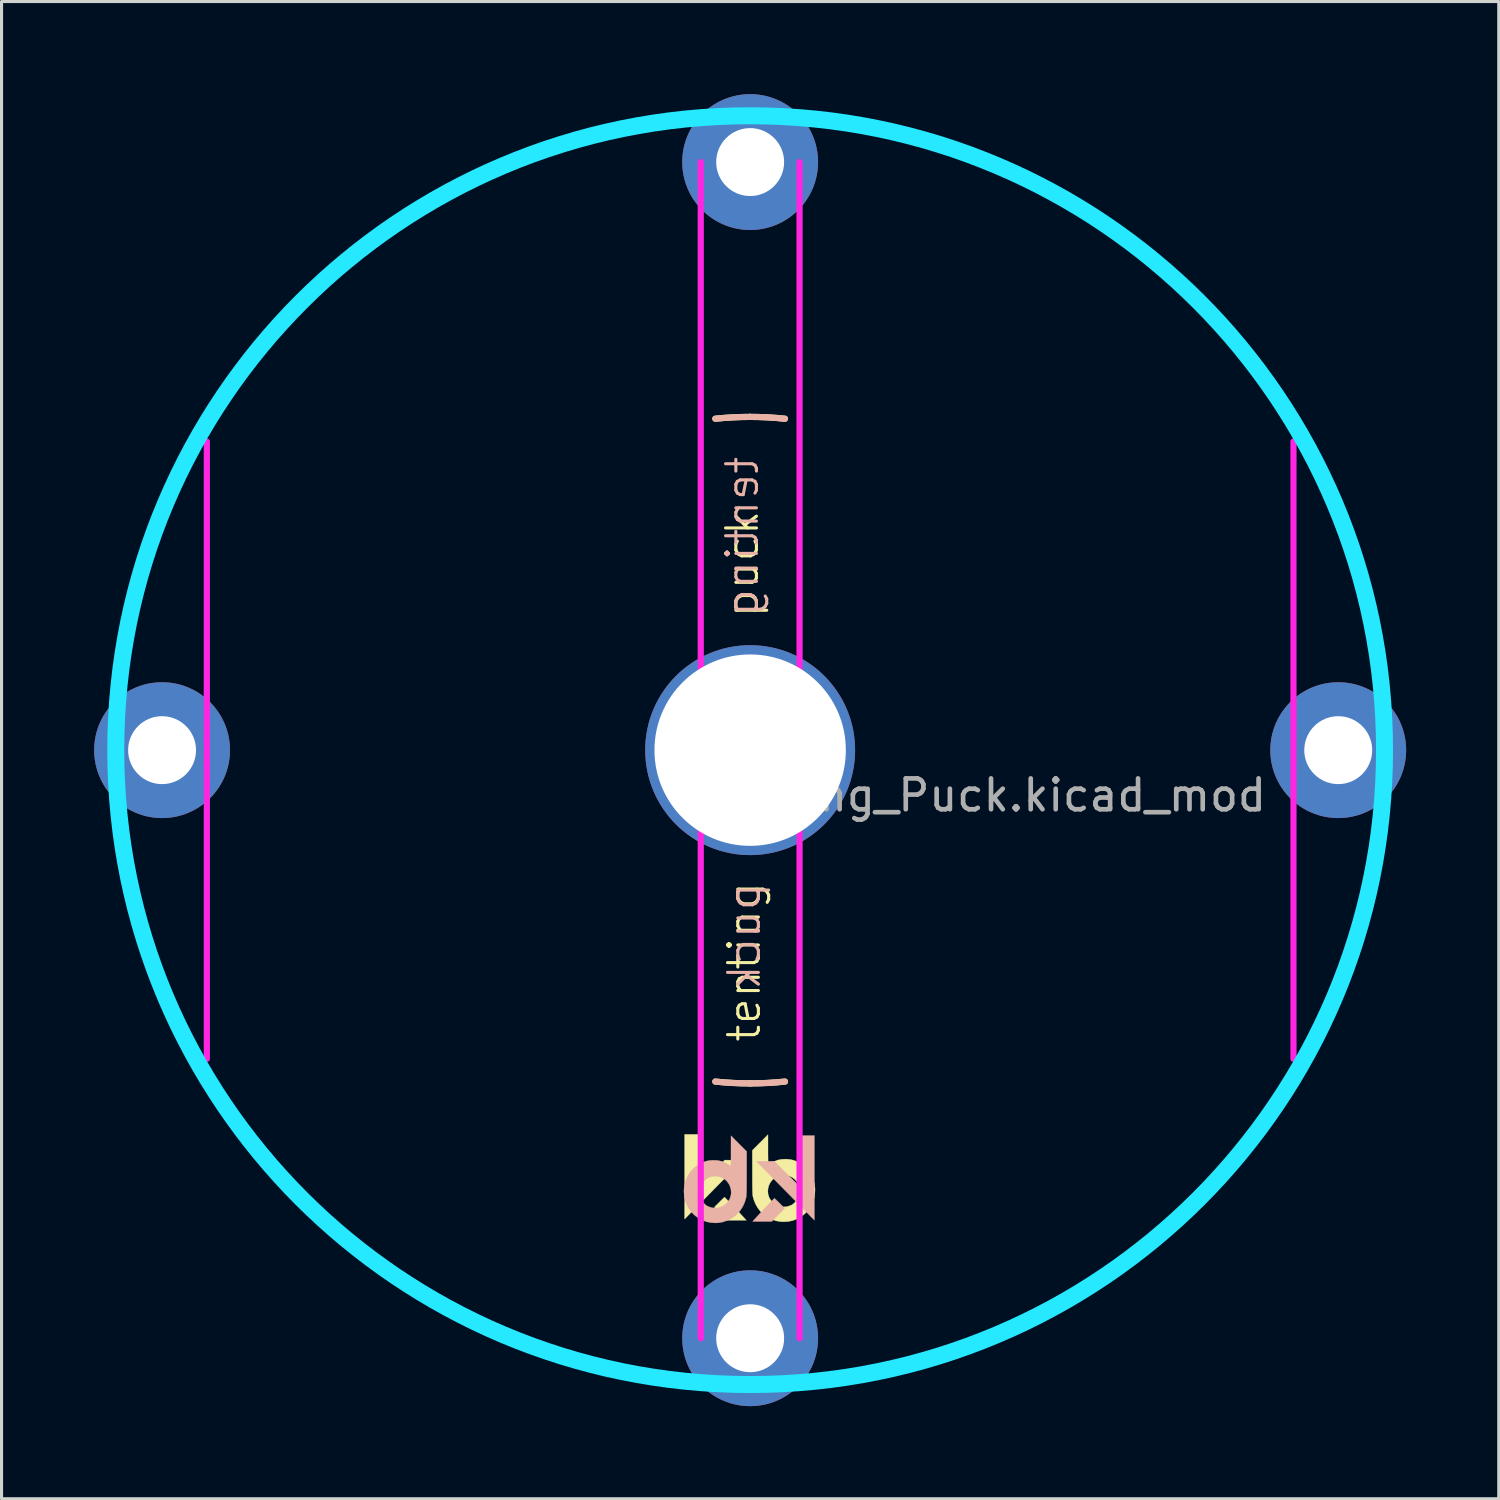
<source format=kicad_pcb>
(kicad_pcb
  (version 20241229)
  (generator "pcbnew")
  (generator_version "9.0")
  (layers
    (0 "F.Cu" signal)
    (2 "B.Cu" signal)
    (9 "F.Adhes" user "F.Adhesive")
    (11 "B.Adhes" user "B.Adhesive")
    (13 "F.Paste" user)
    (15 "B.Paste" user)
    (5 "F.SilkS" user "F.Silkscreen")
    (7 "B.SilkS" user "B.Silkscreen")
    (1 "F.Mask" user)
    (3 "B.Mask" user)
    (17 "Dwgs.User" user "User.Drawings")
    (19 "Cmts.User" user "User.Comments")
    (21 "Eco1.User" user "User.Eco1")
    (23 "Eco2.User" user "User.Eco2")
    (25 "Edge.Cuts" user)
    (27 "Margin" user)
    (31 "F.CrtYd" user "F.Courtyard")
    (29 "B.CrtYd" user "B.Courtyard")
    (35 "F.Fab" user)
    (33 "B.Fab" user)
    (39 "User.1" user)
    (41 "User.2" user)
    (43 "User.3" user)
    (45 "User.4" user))
  (footprint "Tenting_Puck.kicad_mod"
    (layer "F.Cu")
    (at 21.25 21.25)
    (property "Reference" "Tenting_Puck.kicad_mod" (at 7.684 1.46 0) (layer "F.Fab") (effects (font (size 1 1) (thickness 0.15))))
    (attr through_hole)
    (fp_arc (start -20.32 -2.8575) (mid -19.91151 -4.959786) (end -19.286134 -7.008048) (stroke (width 0.2) (type solid)) (layer "F.SilkS"))
    (fp_arc (start -19.286134 7.008047) (mid -19.91151 4.959786) (end -20.32 2.8575) (stroke (width 0.2) (type solid)) (layer "F.SilkS"))
    (fp_arc (start -7.008048 -19.286134) (mid -4.959786 -19.91151) (end -2.8575 -20.32) (stroke (width 0.2) (type solid)) (layer "F.SilkS"))
    (fp_arc (start -2.8575 20.32) (mid -4.959785 19.91151) (end -7.008046 19.286135) (stroke (width 0.2) (type solid)) (layer "F.SilkS"))
    (fp_arc (start -1.128385 -10.735864) (mid -0.564967 -10.780206) (end 0 -10.795) (stroke (width 0.2) (type solid)) (layer "F.SilkS"))
    (fp_arc (start 0 -10.795) (mid 0.564967 -10.780206) (end 1.128385 -10.735864) (stroke (width 0.2) (type solid)) (layer "F.SilkS"))
    (fp_arc (start 0 10.795) (mid -0.564967 10.780206) (end -1.128385 10.735864) (stroke (width 0.2) (type solid)) (layer "F.SilkS"))
    (fp_arc (start 1.128385 10.735864) (mid 0.564967 10.780206) (end 0 10.795) (stroke (width 0.2) (type solid)) (layer "F.SilkS"))
    (fp_arc (start 2.8575 -20.32) (mid 4.959786 -19.91151) (end 7.008047 -19.286134) (stroke (width 0.2) (type solid)) (layer "F.SilkS"))
    (fp_arc (start 7.008047 19.286134) (mid 4.959786 19.91151) (end 2.8575 20.32) (stroke (width 0.2) (type solid)) (layer "F.SilkS"))
    (fp_arc (start 19.286135 -7.008045) (mid 19.91151 -4.959785) (end 20.32 -2.8575) (stroke (width 0.2) (type solid)) (layer "F.SilkS"))
    (fp_arc (start 20.32 2.8575) (mid 19.91151 4.959785) (end 19.286135 7.008046) (stroke (width 0.2) (type solid)) (layer "F.SilkS"))
    (fp_poly (pts (xy -1.627 14.082) (xy -0.824 13.279) (xy -0.535 13.282) (xy -0.247 13.285) (xy -1.094 14.145) (xy -1.212 14.265) (xy -1.327 14.382) (xy -1.437 14.494) (xy -1.542 14.6) (xy -1.64 14.7) (xy -1.731 14.791) (xy -1.811 14.874) (xy -1.882 14.945) (xy -1.941 15.005) (xy -1.987 15.052) (xy -2.019 15.084) (xy -2.032 15.098) (xy -2.123 15.19) (xy -2.123 12.448) (xy -1.627 12.448) (xy -1.627 14.082)) (stroke (width 0.01) (type solid)) (fill yes) (layer "F.SilkS"))
    (fp_poly (pts (xy -0.82 14.488) (xy -0.797 14.511) (xy -0.763 14.547) (xy -0.719 14.593) (xy -0.666 14.647) (xy -0.609 14.708) (xy -0.547 14.773) (xy -0.483 14.841) (xy -0.42 14.908) (xy -0.359 14.973) (xy -0.302 15.034) (xy -0.251 15.089) (xy -0.208 15.135) (xy -0.175 15.171) (xy -0.154 15.194) (xy -0.152 15.197) (xy -0.124 15.231) (xy -0.744 15.231) (xy -0.917 15.055) (xy -0.971 15) (xy -1.021 14.948) (xy -1.065 14.903) (xy -1.099 14.868) (xy -1.121 14.844) (xy -1.124 14.841) (xy -1.158 14.803) (xy -0.997 14.642) (xy -0.948 14.592) (xy -0.903 14.549) (xy -0.867 14.514) (xy -0.842 14.491) (xy -0.829 14.48) (xy -0.829 14.48) (xy -0.82 14.488)) (stroke (width 0.01) (type solid)) (fill yes) (layer "F.SilkS"))
    (fp_poly (pts (xy 0.578 12.948) (xy 0.578 13.052) (xy 0.579 13.149) (xy 0.58 13.236) (xy 0.581 13.31) (xy 0.582 13.37) (xy 0.583 13.413) (xy 0.585 13.437) (xy 0.586 13.441) (xy 0.598 13.435) (xy 0.623 13.419) (xy 0.647 13.401) (xy 0.762 13.331) (xy 0.884 13.282) (xy 1.014 13.254) (xy 1.153 13.247) (xy 1.171 13.248) (xy 1.261 13.255) (xy 1.337 13.267) (xy 1.409 13.286) (xy 1.484 13.315) (xy 1.554 13.348) (xy 1.682 13.423) (xy 1.795 13.515) (xy 1.892 13.622) (xy 1.972 13.743) (xy 2.033 13.874) (xy 2.076 14.016) (xy 2.099 14.167) (xy 2.102 14.256) (xy 2.092 14.409) (xy 2.061 14.553) (xy 2.008 14.693) (xy 1.95 14.8) (xy 1.865 14.92) (xy 1.763 15.025) (xy 1.648 15.113) (xy 1.521 15.184) (xy 1.385 15.236) (xy 1.241 15.268) (xy 1.093 15.279) (xy 0.993 15.275) (xy 0.848 15.25) (xy 0.707 15.204) (xy 0.574 15.138) (xy 0.452 15.054) (xy 0.343 14.954) (xy 0.335 14.944) (xy 0.254 14.84) (xy 0.184 14.722) (xy 0.129 14.596) (xy 0.092 14.469) (xy 0.083 14.423) (xy 0.08 14.394) (xy 0.078 14.344) (xy 0.076 14.294) (xy 0.573 14.294) (xy 0.583 14.391) (xy 0.614 14.485) (xy 0.642 14.539) (xy 0.709 14.628) (xy 0.789 14.699) (xy 0.878 14.751) (xy 0.975 14.784) (xy 1.076 14.797) (xy 1.18 14.789) (xy 1.253 14.769) (xy 1.296 14.753) (xy 1.337 14.736) (xy 1.353 14.728) (xy 1.398 14.697) (xy 1.448 14.651) (xy 1.496 14.595) (xy 1.537 14.537) (xy 1.559 14.498) (xy 1.579 14.454) (xy 1.591 14.415) (xy 1.599 14.373) (xy 1.603 14.318) (xy 1.603 14.313) (xy 1.6 14.205) (xy 1.577 14.107) (xy 1.534 14.014) (xy 1.516 13.985) (xy 1.451 13.908) (xy 1.372 13.845) (xy 1.283 13.8) (xy 1.186 13.772) (xy 1.085 13.763) (xy 0.984 13.773) (xy 0.885 13.803) (xy 0.871 13.81) (xy 0.783 13.863) (xy 0.709 13.931) (xy 0.65 14.011) (xy 0.607 14.101) (xy 0.581 14.196) (xy 0.573 14.294) (xy 0.076 14.294) (xy 0.076 14.274) (xy 0.074 14.185) (xy 0.072 14.078) (xy 0.071 13.955) (xy 0.071 13.818) (xy 0.071 13.668) (xy 0.071 13.656) (xy 0.07 12.964) (xy 0.578 12.454) (xy 0.578 12.948)) (stroke (width 0.01) (type solid)) (fill yes) (layer "F.SilkS"))
    (fp_arc (start -20.32 -2.8575) (mid -19.91151 -4.959784) (end -19.286136 -7.008044) (stroke (width 0.2) (type solid)) (layer "B.SilkS"))
    (fp_arc (start -19.286135 7.008046) (mid -19.91151 4.959785) (end -20.32 2.8575) (stroke (width 0.2) (type solid)) (layer "B.SilkS"))
    (fp_arc (start -7.008046 -19.286135) (mid -4.959785 -19.91151) (end -2.8575 -20.32) (stroke (width 0.2) (type solid)) (layer "B.SilkS"))
    (fp_arc (start -2.8575 20.32) (mid -4.959785 19.91151) (end -7.008045 19.286135) (stroke (width 0.2) (type solid)) (layer "B.SilkS"))
    (fp_arc (start -1.128385 -10.735864) (mid -0.564967 -10.780206) (end 0 -10.795) (stroke (width 0.2) (type solid)) (layer "B.SilkS"))
    (fp_arc (start 0 -10.795) (mid 0.564967 -10.780206) (end 1.128385 -10.735864) (stroke (width 0.2) (type solid)) (layer "B.SilkS"))
    (fp_arc (start 0 10.795) (mid -0.564967 10.780206) (end -1.128385 10.735864) (stroke (width 0.2) (type solid)) (layer "B.SilkS"))
    (fp_arc (start 1.128385 10.735864) (mid 0.564967 10.780206) (end 0 10.795) (stroke (width 0.2) (type solid)) (layer "B.SilkS"))
    (fp_arc (start 2.8575 -20.32) (mid 4.959787 -19.91151) (end 7.008049 -19.286134) (stroke (width 0.2) (type solid)) (layer "B.SilkS"))
    (fp_arc (start 7.008045 19.286135) (mid 4.959785 19.91151) (end 2.8575 20.32) (stroke (width 0.2) (type solid)) (layer "B.SilkS"))
    (fp_arc (start 19.286134 -7.008048) (mid 19.91151 -4.959786) (end 20.32 -2.8575) (stroke (width 0.2) (type solid)) (layer "B.SilkS"))
    (fp_arc (start 20.32 2.8575) (mid 19.91151 4.959786) (end 19.286134 7.008048) (stroke (width 0.2) (type solid)) (layer "B.SilkS"))
    (fp_poly (pts (xy 1.584 14.118) (xy 0.782 13.315) (xy 0.493 13.318) (xy 0.205 13.322) (xy 1.052 14.182) (xy 1.17 14.301) (xy 1.285 14.418) (xy 1.395 14.53) (xy 1.5 14.637) (xy 1.598 14.736) (xy 1.688 14.828) (xy 1.769 14.91) (xy 1.84 14.981) (xy 1.899 15.041) (xy 1.944 15.088) (xy 1.976 15.12) (xy 1.99 15.134) (xy 2.081 15.226) (xy 2.081 12.484) (xy 1.584 12.484) (xy 1.584 14.118)) (stroke (width 0.01) (type solid)) (fill yes) (layer "B.SilkS"))
    (fp_poly (pts (xy 0.778 14.525) (xy 0.755 14.547) (xy 0.721 14.583) (xy 0.676 14.629) (xy 0.624 14.684) (xy 0.566 14.745) (xy 0.505 14.81) (xy 0.441 14.877) (xy 0.378 14.944) (xy 0.316 15.009) (xy 0.259 15.07) (xy 0.208 15.125) (xy 0.166 15.172) (xy 0.133 15.207) (xy 0.112 15.231) (xy 0.11 15.233) (xy 0.082 15.267) (xy 0.702 15.267) (xy 0.875 15.091) (xy 0.929 15.036) (xy 0.979 14.985) (xy 1.023 14.939) (xy 1.057 14.904) (xy 1.079 14.88) (xy 1.082 14.877) (xy 1.116 14.839) (xy 0.955 14.678) (xy 0.905 14.628) (xy 0.861 14.585) (xy 0.825 14.55) (xy 0.799 14.527) (xy 0.787 14.517) (xy 0.787 14.516) (xy 0.778 14.525)) (stroke (width 0.01) (type solid)) (fill yes) (layer "B.SilkS"))
    (fp_poly (pts (xy -0.621 12.984) (xy -0.621 13.088) (xy -0.621 13.185) (xy -0.622 13.272) (xy -0.623 13.346) (xy -0.624 13.406) (xy -0.625 13.45) (xy -0.627 13.473) (xy -0.628 13.477) (xy -0.64 13.471) (xy -0.665 13.455) (xy -0.689 13.438) (xy -0.804 13.367) (xy -0.926 13.318) (xy -1.057 13.29) (xy -1.196 13.284) (xy -1.214 13.284) (xy -1.303 13.291) (xy -1.38 13.303) (xy -1.451 13.322) (xy -1.526 13.351) (xy -1.596 13.384) (xy -1.724 13.459) (xy -1.837 13.551) (xy -1.934 13.658) (xy -2.014 13.779) (xy -2.076 13.911) (xy -2.118 14.053) (xy -2.141 14.203) (xy -2.145 14.293) (xy -2.134 14.445) (xy -2.103 14.59) (xy -2.05 14.729) (xy -1.993 14.836) (xy -1.907 14.956) (xy -1.805 15.061) (xy -1.69 15.149) (xy -1.563 15.22) (xy -1.427 15.272) (xy -1.283 15.304) (xy -1.135 15.316) (xy -1.035 15.311) (xy -0.89 15.286) (xy -0.75 15.24) (xy -0.616 15.174) (xy -0.494 15.09) (xy -0.386 14.99) (xy -0.377 14.981) (xy -0.296 14.876) (xy -0.226 14.758) (xy -0.171 14.632) (xy -0.134 14.505) (xy -0.125 14.459) (xy -0.122 14.43) (xy -0.12 14.38) (xy -0.118 14.33) (xy -0.615 14.33) (xy -0.625 14.428) (xy -0.656 14.522) (xy -0.684 14.576) (xy -0.751 14.664) (xy -0.831 14.735) (xy -0.92 14.787) (xy -1.017 14.82) (xy -1.119 14.833) (xy -1.222 14.825) (xy -1.295 14.805) (xy -1.338 14.789) (xy -1.379 14.772) (xy -1.395 14.764) (xy -1.441 14.733) (xy -1.49 14.687) (xy -1.538 14.632) (xy -1.579 14.573) (xy -1.601 14.534) (xy -1.621 14.49) (xy -1.634 14.452) (xy -1.641 14.409) (xy -1.645 14.354) (xy -1.646 14.349) (xy -1.642 14.241) (xy -1.619 14.144) (xy -1.576 14.05) (xy -1.558 14.022) (xy -1.493 13.944) (xy -1.415 13.882) (xy -1.325 13.836) (xy -1.228 13.808) (xy -1.127 13.799) (xy -1.026 13.809) (xy -0.927 13.84) (xy -0.913 13.846) (xy -0.825 13.899) (xy -0.751 13.967) (xy -0.692 14.047) (xy -0.649 14.137) (xy -0.623 14.232) (xy -0.615 14.33) (xy -0.118 14.33) (xy -0.118 14.31) (xy -0.116 14.221) (xy -0.115 14.114) (xy -0.114 13.991) (xy -0.113 13.854) (xy -0.113 13.704) (xy -0.113 13.692) (xy -0.113 13) (xy -0.62 12.49) (xy -0.621 12.984)) (stroke (width 0.01) (type solid)) (fill yes) (layer "B.SilkS"))
    (fp_circle (center 0 0) (end 20.55 0) (stroke (width 0.55) (type solid)) (fill no) (layer "B.CrtYd"))
    (fp_line (start -17.6 10) (end -17.6 -10) (stroke (width 0.2) (type solid)) (layer "F.CrtYd"))
    (fp_line (start -1.6 19.05) (end -1.6 -19.05) (stroke (width 0.2) (type solid)) (layer "F.CrtYd"))
    (fp_line (start 1.6 19.05) (end 1.6 -19.05) (stroke (width 0.2) (type solid)) (layer "F.CrtYd"))
    (fp_line (start 17.6 10) (end 17.6 -10) (stroke (width 0.2) (type solid)) (layer "F.CrtYd"))
    (fp_text user "tenting" (at -0.191 6.858 90) (layer "F.SilkS") (effects (font (size 1 1) (thickness 0.1))))
    (fp_text user "puck" (at -0.254 -6.032 90) (layer "F.SilkS") (effects (font (size 1 1) (thickness 0.1))))
    (fp_text user "puck" (at -0.191 6.032 90) (unlocked yes) (layer "B.SilkS") (effects (font (size 1 1) (thickness 0.1)) (justify mirror)))
    (fp_text user "tenting" (at -0.254 -6.921 90) (layer "B.SilkS") (effects (font (size 1 1) (thickness 0.1)) (justify mirror)))
    (pad "" thru_hole circle (at 0 0) (size 6.8 6.8) (drill 6.2) (layers "*.Cu" "*.Mask"))
    (pad "1" thru_hole circle (at -19.05 0) (size 4.4 4.4) (drill 2.2) (layers "*.Cu" "*.Mask"))
    (pad "1" thru_hole circle (at 0 -19.05) (size 4.4 4.4) (drill 2.2) (layers "*.Cu" "*.Mask"))
    (pad "1" thru_hole circle (at 0 19.05) (size 4.4 4.4) (drill 2.2) (layers "*.Cu" "*.Mask"))
    (pad "1" thru_hole circle (at 19.05 0) (size 4.4 4.4) (drill 2.2) (layers "*.Cu" "*.Mask")))
  (gr_rect
    (start -3 -3)
    (end 45.5 45.5)
    (stroke (width 0.1) (type default))
    (fill no)
    (layer "Edge.Cuts")))
</source>
